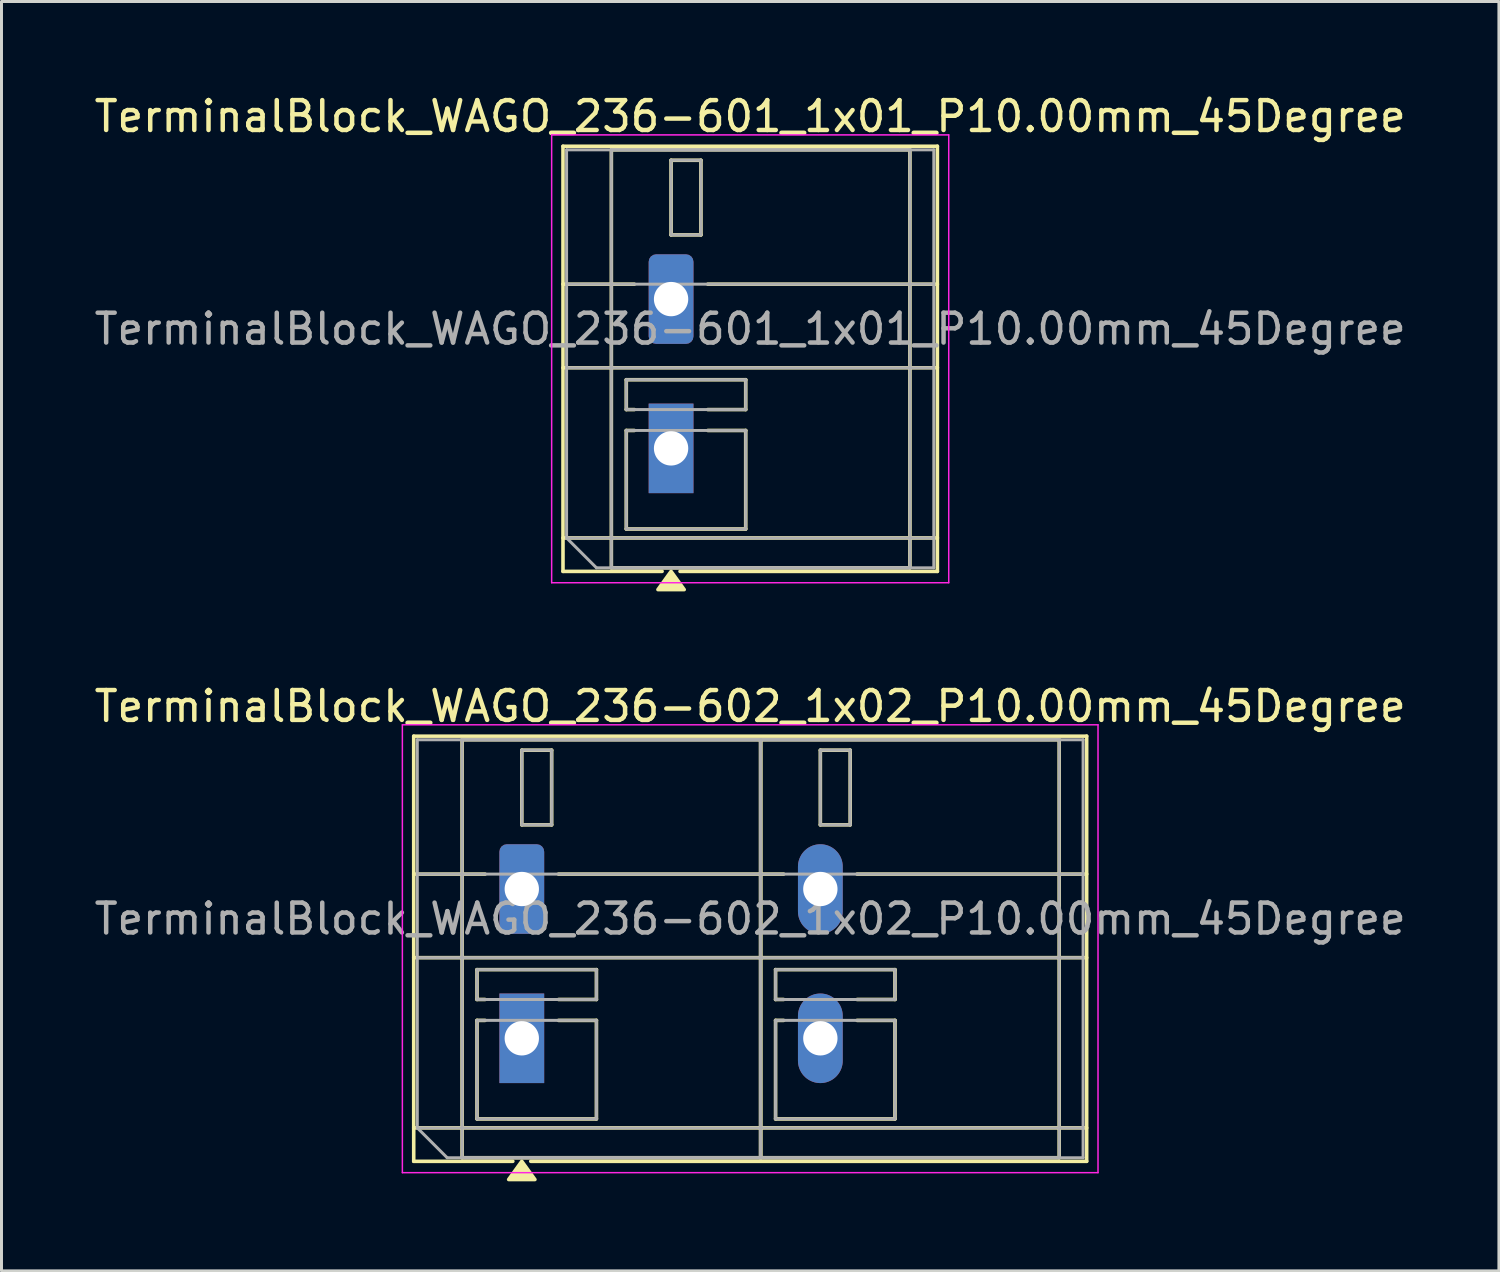
<source format=kicad_pcb>
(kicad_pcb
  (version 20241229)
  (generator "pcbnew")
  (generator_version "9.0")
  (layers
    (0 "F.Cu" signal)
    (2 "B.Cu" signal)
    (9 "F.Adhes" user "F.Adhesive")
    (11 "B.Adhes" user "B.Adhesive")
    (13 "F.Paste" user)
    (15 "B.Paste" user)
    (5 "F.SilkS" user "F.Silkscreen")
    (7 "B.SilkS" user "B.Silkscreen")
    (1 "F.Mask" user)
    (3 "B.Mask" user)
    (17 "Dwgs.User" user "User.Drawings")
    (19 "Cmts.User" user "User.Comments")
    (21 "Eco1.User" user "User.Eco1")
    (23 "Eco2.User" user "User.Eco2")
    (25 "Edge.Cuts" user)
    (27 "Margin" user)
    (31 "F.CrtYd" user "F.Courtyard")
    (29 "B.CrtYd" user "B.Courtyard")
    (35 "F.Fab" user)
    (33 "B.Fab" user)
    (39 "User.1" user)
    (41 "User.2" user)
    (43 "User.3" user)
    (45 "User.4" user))
  (footprint "TerminalBlock_WAGO_236-602_1x02_P10.00mm_45Degree"
    (layer "F.Cu")
    (at 14.427 26.727)
    (property "Reference" "TerminalBlock_WAGO_236-602_1x02_P10.00mm_45Degree" (at 7.65 -6.12 0) (layer "F.SilkS") (effects (font (size 1 1) (thickness 0.15))))
    (attr through_hole)
    (fp_line (start -3.62 -5.12) (end -3.62 9.12) (stroke (width 0.12) (type solid)) (layer "F.SilkS"))
    (fp_line (start -3.62 -5.12) (end 18.92 -5.12) (stroke (width 0.12) (type solid)) (layer "F.SilkS"))
    (fp_line (start -3.62 -0.5) (end -1.23 -0.5) (stroke (width 0.12) (type solid)) (layer "F.SilkS"))
    (fp_line (start -3.62 2.3) (end 18.92 2.3) (stroke (width 0.12) (type solid)) (layer "F.SilkS"))
    (fp_line (start -3.62 8) (end 18.92 8) (stroke (width 0.12) (type solid)) (layer "F.SilkS"))
    (fp_line (start -3.62 9.12) (end -0.3 9.12) (stroke (width 0.12) (type solid)) (layer "F.SilkS"))
    (fp_line (start -2 -5) (end -2 9) (stroke (width 0.12) (type solid)) (layer "F.SilkS"))
    (fp_line (start -2 -5) (end 8 -5) (stroke (width 0.12) (type solid)) (layer "F.SilkS"))
    (fp_line (start -2 9) (end 8 9) (stroke (width 0.12) (type solid)) (layer "F.SilkS"))
    (fp_line (start -1.5 2.7) (end -1.5 3.7) (stroke (width 0.12) (type solid)) (layer "F.SilkS"))
    (fp_line (start -1.5 2.7) (end 2.5 2.7) (stroke (width 0.12) (type solid)) (layer "F.SilkS"))
    (fp_line (start -1.5 3.7) (end -1.23 3.7) (stroke (width 0.12) (type solid)) (layer "F.SilkS"))
    (fp_line (start -1.5 4.4) (end -1.5 7.7) (stroke (width 0.12) (type solid)) (layer "F.SilkS"))
    (fp_line (start -1.5 4.4) (end -1.23 4.4) (stroke (width 0.12) (type solid)) (layer "F.SilkS"))
    (fp_line (start -1.5 7.7) (end 2.5 7.7) (stroke (width 0.12) (type solid)) (layer "F.SilkS"))
    (fp_line (start 0 -4.65) (end 0 -2.15) (stroke (width 0.12) (type solid)) (layer "F.SilkS"))
    (fp_line (start 0 -4.65) (end 1 -4.65) (stroke (width 0.12) (type solid)) (layer "F.SilkS"))
    (fp_line (start 0 -2.15) (end 1 -2.15) (stroke (width 0.12) (type solid)) (layer "F.SilkS"))
    (fp_line (start 0.3 9.12) (end 18.92 9.12) (stroke (width 0.12) (type solid)) (layer "F.SilkS"))
    (fp_line (start 1 -4.65) (end 1 -2.15) (stroke (width 0.12) (type solid)) (layer "F.SilkS"))
    (fp_line (start 1.23 -0.5) (end 8.77 -0.5) (stroke (width 0.12) (type solid)) (layer "F.SilkS"))
    (fp_line (start 1.23 3.7) (end 2.5 3.7) (stroke (width 0.12) (type solid)) (layer "F.SilkS"))
    (fp_line (start 1.23 4.4) (end 2.5 4.4) (stroke (width 0.12) (type solid)) (layer "F.SilkS"))
    (fp_line (start 2.5 2.7) (end 2.5 3.7) (stroke (width 0.12) (type solid)) (layer "F.SilkS"))
    (fp_line (start 2.5 4.4) (end 2.5 7.7) (stroke (width 0.12) (type solid)) (layer "F.SilkS"))
    (fp_line (start 8 -5) (end 8 9) (stroke (width 0.12) (type solid)) (layer "F.SilkS"))
    (fp_line (start 8 -5) (end 8 9) (stroke (width 0.12) (type solid)) (layer "F.SilkS"))
    (fp_line (start 8 -5) (end 18 -5) (stroke (width 0.12) (type solid)) (layer "F.SilkS"))
    (fp_line (start 8 9) (end 18 9) (stroke (width 0.12) (type solid)) (layer "F.SilkS"))
    (fp_line (start 8.5 2.7) (end 8.5 3.7) (stroke (width 0.12) (type solid)) (layer "F.SilkS"))
    (fp_line (start 8.5 2.7) (end 12.5 2.7) (stroke (width 0.12) (type solid)) (layer "F.SilkS"))
    (fp_line (start 8.5 3.7) (end 8.77 3.7) (stroke (width 0.12) (type solid)) (layer "F.SilkS"))
    (fp_line (start 8.5 4.4) (end 8.5 7.7) (stroke (width 0.12) (type solid)) (layer "F.SilkS"))
    (fp_line (start 8.5 4.4) (end 8.77 4.4) (stroke (width 0.12) (type solid)) (layer "F.SilkS"))
    (fp_line (start 8.5 7.7) (end 12.5 7.7) (stroke (width 0.12) (type solid)) (layer "F.SilkS"))
    (fp_line (start 10 -4.65) (end 10 -2.15) (stroke (width 0.12) (type solid)) (layer "F.SilkS"))
    (fp_line (start 10 -4.65) (end 11 -4.65) (stroke (width 0.12) (type solid)) (layer "F.SilkS"))
    (fp_line (start 10 -2.15) (end 11 -2.15) (stroke (width 0.12) (type solid)) (layer "F.SilkS"))
    (fp_line (start 11 -4.65) (end 11 -2.15) (stroke (width 0.12) (type solid)) (layer "F.SilkS"))
    (fp_line (start 11.23 -0.5) (end 18.92 -0.5) (stroke (width 0.12) (type solid)) (layer "F.SilkS"))
    (fp_line (start 11.23 3.7) (end 12.5 3.7) (stroke (width 0.12) (type solid)) (layer "F.SilkS"))
    (fp_line (start 11.23 4.4) (end 12.5 4.4) (stroke (width 0.12) (type solid)) (layer "F.SilkS"))
    (fp_line (start 12.5 2.7) (end 12.5 3.7) (stroke (width 0.12) (type solid)) (layer "F.SilkS"))
    (fp_line (start 12.5 4.4) (end 12.5 7.7) (stroke (width 0.12) (type solid)) (layer "F.SilkS"))
    (fp_line (start 18 -5) (end 18 9) (stroke (width 0.12) (type solid)) (layer "F.SilkS"))
    (fp_line (start 18.92 -5.12) (end 18.92 9.12) (stroke (width 0.12) (type solid)) (layer "F.SilkS"))
    (fp_poly (pts (xy 0 9.12) (xy 0.44 9.73) (xy -0.44 9.73)) (stroke (width 0.12) (type solid)) (fill yes) (layer "F.SilkS"))
    (fp_line (start -4 -5.5) (end -4 9.5) (stroke (width 0.05) (type solid)) (layer "F.CrtYd"))
    (fp_line (start -4 9.5) (end 19.3 9.5) (stroke (width 0.05) (type solid)) (layer "F.CrtYd"))
    (fp_line (start 19.3 -5.5) (end -4 -5.5) (stroke (width 0.05) (type solid)) (layer "F.CrtYd"))
    (fp_line (start 19.3 9.5) (end 19.3 -5.5) (stroke (width 0.05) (type solid)) (layer "F.CrtYd"))
    (fp_line (start -3.5 -5) (end 18.8 -5) (stroke (width 0.1) (type solid)) (layer "F.Fab"))
    (fp_line (start -3.5 -0.5) (end 18.8 -0.5) (stroke (width 0.1) (type solid)) (layer "F.Fab"))
    (fp_line (start -3.5 2.3) (end 18.8 2.3) (stroke (width 0.1) (type solid)) (layer "F.Fab"))
    (fp_line (start -3.5 8) (end -3.5 -5) (stroke (width 0.1) (type solid)) (layer "F.Fab"))
    (fp_line (start -3.5 8) (end 18.8 8) (stroke (width 0.1) (type solid)) (layer "F.Fab"))
    (fp_line (start -2.5 9) (end -3.5 8) (stroke (width 0.1) (type solid)) (layer "F.Fab"))
    (fp_line (start -2 -5) (end -2 9) (stroke (width 0.1) (type solid)) (layer "F.Fab"))
    (fp_line (start -2 9) (end 8 9) (stroke (width 0.1) (type solid)) (layer "F.Fab"))
    (fp_line (start -1.5 2.7) (end -1.5 3.7) (stroke (width 0.1) (type solid)) (layer "F.Fab"))
    (fp_line (start -1.5 3.7) (end 2.5 3.7) (stroke (width 0.1) (type solid)) (layer "F.Fab"))
    (fp_line (start -1.5 4.4) (end -1.5 7.7) (stroke (width 0.1) (type solid)) (layer "F.Fab"))
    (fp_line (start -1.5 7.7) (end 2.5 7.7) (stroke (width 0.1) (type solid)) (layer "F.Fab"))
    (fp_line (start 0 -4.65) (end 0 -2.15) (stroke (width 0.1) (type solid)) (layer "F.Fab"))
    (fp_line (start 0 -2.15) (end 1 -2.15) (stroke (width 0.1) (type solid)) (layer "F.Fab"))
    (fp_line (start 1 -4.65) (end 0 -4.65) (stroke (width 0.1) (type solid)) (layer "F.Fab"))
    (fp_line (start 1 -2.15) (end 1 -4.65) (stroke (width 0.1) (type solid)) (layer "F.Fab"))
    (fp_line (start 2.5 2.7) (end -1.5 2.7) (stroke (width 0.1) (type solid)) (layer "F.Fab"))
    (fp_line (start 2.5 3.7) (end 2.5 2.7) (stroke (width 0.1) (type solid)) (layer "F.Fab"))
    (fp_line (start 2.5 4.4) (end -1.5 4.4) (stroke (width 0.1) (type solid)) (layer "F.Fab"))
    (fp_line (start 2.5 7.7) (end 2.5 4.4) (stroke (width 0.1) (type solid)) (layer "F.Fab"))
    (fp_line (start 8 -5) (end -2 -5) (stroke (width 0.1) (type solid)) (layer "F.Fab"))
    (fp_line (start 8 -5) (end 8 9) (stroke (width 0.1) (type solid)) (layer "F.Fab"))
    (fp_line (start 8 9) (end 8 -5) (stroke (width 0.1) (type solid)) (layer "F.Fab"))
    (fp_line (start 8 9) (end 18 9) (stroke (width 0.1) (type solid)) (layer "F.Fab"))
    (fp_line (start 8.5 2.7) (end 8.5 3.7) (stroke (width 0.1) (type solid)) (layer "F.Fab"))
    (fp_line (start 8.5 3.7) (end 12.5 3.7) (stroke (width 0.1) (type solid)) (layer "F.Fab"))
    (fp_line (start 8.5 4.4) (end 8.5 7.7) (stroke (width 0.1) (type solid)) (layer "F.Fab"))
    (fp_line (start 8.5 7.7) (end 12.5 7.7) (stroke (width 0.1) (type solid)) (layer "F.Fab"))
    (fp_line (start 10 -4.65) (end 10 -2.15) (stroke (width 0.1) (type solid)) (layer "F.Fab"))
    (fp_line (start 10 -2.15) (end 11 -2.15) (stroke (width 0.1) (type solid)) (layer "F.Fab"))
    (fp_line (start 11 -4.65) (end 10 -4.65) (stroke (width 0.1) (type solid)) (layer "F.Fab"))
    (fp_line (start 11 -2.15) (end 11 -4.65) (stroke (width 0.1) (type solid)) (layer "F.Fab"))
    (fp_line (start 12.5 2.7) (end 8.5 2.7) (stroke (width 0.1) (type solid)) (layer "F.Fab"))
    (fp_line (start 12.5 3.7) (end 12.5 2.7) (stroke (width 0.1) (type solid)) (layer "F.Fab"))
    (fp_line (start 12.5 4.4) (end 8.5 4.4) (stroke (width 0.1) (type solid)) (layer "F.Fab"))
    (fp_line (start 12.5 7.7) (end 12.5 4.4) (stroke (width 0.1) (type solid)) (layer "F.Fab"))
    (fp_line (start 18 -5) (end 8 -5) (stroke (width 0.1) (type solid)) (layer "F.Fab"))
    (fp_line (start 18 9) (end 18 -5) (stroke (width 0.1) (type solid)) (layer "F.Fab"))
    (fp_line (start 18.8 -5) (end 18.8 9) (stroke (width 0.1) (type solid)) (layer "F.Fab"))
    (fp_line (start 18.8 9) (end -2.5 9) (stroke (width 0.1) (type solid)) (layer "F.Fab"))
    (fp_text user "${REFERENCE}" (at 7.65 1 0) (layer "F.Fab") (effects (font (size 1 1) (thickness 0.15))))
    (pad "1" thru_hole roundrect (at 0 0) (size 1.5 3) (drill 1.15) (layers "*.Cu" "*.Mask") (roundrect_rratio 0.167))
    (pad "1" thru_hole rect (at 0 5) (size 1.5 3) (drill 1.15) (layers "*.Cu" "*.Mask"))
    (pad "2" thru_hole oval (at 10 0) (size 1.5 3) (drill 1.15) (layers "*.Cu" "*.Mask"))
    (pad "2" thru_hole oval (at 10 5) (size 1.5 3) (drill 1.15) (layers "*.Cu" "*.Mask")))
  (footprint "TerminalBlock_WAGO_236-601_1x01_P10.00mm_45Degree"
    (layer "F.Cu")
    (at 19.427 6.968)
    (property "Reference" "TerminalBlock_WAGO_236-601_1x01_P10.00mm_45Degree" (at 2.65 -6.12 0) (layer "F.SilkS") (effects (font (size 1 1) (thickness 0.15))))
    (attr through_hole)
    (fp_line (start -3.62 -5.12) (end -3.62 9.12) (stroke (width 0.12) (type solid)) (layer "F.SilkS"))
    (fp_line (start -3.62 -5.12) (end 8.92 -5.12) (stroke (width 0.12) (type solid)) (layer "F.SilkS"))
    (fp_line (start -3.62 -0.5) (end -1.23 -0.5) (stroke (width 0.12) (type solid)) (layer "F.SilkS"))
    (fp_line (start -3.62 2.3) (end 8.92 2.3) (stroke (width 0.12) (type solid)) (layer "F.SilkS"))
    (fp_line (start -3.62 8) (end 8.92 8) (stroke (width 0.12) (type solid)) (layer "F.SilkS"))
    (fp_line (start -3.62 9.12) (end -0.3 9.12) (stroke (width 0.12) (type solid)) (layer "F.SilkS"))
    (fp_line (start -2 -5) (end -2 9) (stroke (width 0.12) (type solid)) (layer "F.SilkS"))
    (fp_line (start -2 -5) (end 8 -5) (stroke (width 0.12) (type solid)) (layer "F.SilkS"))
    (fp_line (start -2 9) (end 8 9) (stroke (width 0.12) (type solid)) (layer "F.SilkS"))
    (fp_line (start -1.5 2.7) (end -1.5 3.7) (stroke (width 0.12) (type solid)) (layer "F.SilkS"))
    (fp_line (start -1.5 2.7) (end 2.5 2.7) (stroke (width 0.12) (type solid)) (layer "F.SilkS"))
    (fp_line (start -1.5 3.7) (end -1.23 3.7) (stroke (width 0.12) (type solid)) (layer "F.SilkS"))
    (fp_line (start -1.5 4.4) (end -1.5 7.7) (stroke (width 0.12) (type solid)) (layer "F.SilkS"))
    (fp_line (start -1.5 4.4) (end -1.23 4.4) (stroke (width 0.12) (type solid)) (layer "F.SilkS"))
    (fp_line (start -1.5 7.7) (end 2.5 7.7) (stroke (width 0.12) (type solid)) (layer "F.SilkS"))
    (fp_line (start 0 -4.65) (end 0 -2.15) (stroke (width 0.12) (type solid)) (layer "F.SilkS"))
    (fp_line (start 0 -4.65) (end 1 -4.65) (stroke (width 0.12) (type solid)) (layer "F.SilkS"))
    (fp_line (start 0 -2.15) (end 1 -2.15) (stroke (width 0.12) (type solid)) (layer "F.SilkS"))
    (fp_line (start 0.3 9.12) (end 8.92 9.12) (stroke (width 0.12) (type solid)) (layer "F.SilkS"))
    (fp_line (start 1 -4.65) (end 1 -2.15) (stroke (width 0.12) (type solid)) (layer "F.SilkS"))
    (fp_line (start 1.23 -0.5) (end 8.92 -0.5) (stroke (width 0.12) (type solid)) (layer "F.SilkS"))
    (fp_line (start 1.23 3.7) (end 2.5 3.7) (stroke (width 0.12) (type solid)) (layer "F.SilkS"))
    (fp_line (start 1.23 4.4) (end 2.5 4.4) (stroke (width 0.12) (type solid)) (layer "F.SilkS"))
    (fp_line (start 2.5 2.7) (end 2.5 3.7) (stroke (width 0.12) (type solid)) (layer "F.SilkS"))
    (fp_line (start 2.5 4.4) (end 2.5 7.7) (stroke (width 0.12) (type solid)) (layer "F.SilkS"))
    (fp_line (start 8 -5) (end 8 9) (stroke (width 0.12) (type solid)) (layer "F.SilkS"))
    (fp_line (start 8.92 -5.12) (end 8.92 9.12) (stroke (width 0.12) (type solid)) (layer "F.SilkS"))
    (fp_poly (pts (xy 0 9.12) (xy 0.44 9.73) (xy -0.44 9.73)) (stroke (width 0.12) (type solid)) (fill yes) (layer "F.SilkS"))
    (fp_line (start -4 -5.5) (end -4 9.5) (stroke (width 0.05) (type solid)) (layer "F.CrtYd"))
    (fp_line (start -4 9.5) (end 9.3 9.5) (stroke (width 0.05) (type solid)) (layer "F.CrtYd"))
    (fp_line (start 9.3 -5.5) (end -4 -5.5) (stroke (width 0.05) (type solid)) (layer "F.CrtYd"))
    (fp_line (start 9.3 9.5) (end 9.3 -5.5) (stroke (width 0.05) (type solid)) (layer "F.CrtYd"))
    (fp_line (start -3.5 -5) (end 8.8 -5) (stroke (width 0.1) (type solid)) (layer "F.Fab"))
    (fp_line (start -3.5 -0.5) (end 8.8 -0.5) (stroke (width 0.1) (type solid)) (layer "F.Fab"))
    (fp_line (start -3.5 2.3) (end 8.8 2.3) (stroke (width 0.1) (type solid)) (layer "F.Fab"))
    (fp_line (start -3.5 8) (end -3.5 -5) (stroke (width 0.1) (type solid)) (layer "F.Fab"))
    (fp_line (start -3.5 8) (end 8.8 8) (stroke (width 0.1) (type solid)) (layer "F.Fab"))
    (fp_line (start -2.5 9) (end -3.5 8) (stroke (width 0.1) (type solid)) (layer "F.Fab"))
    (fp_line (start -2 -5) (end -2 9) (stroke (width 0.1) (type solid)) (layer "F.Fab"))
    (fp_line (start -2 9) (end 8 9) (stroke (width 0.1) (type solid)) (layer "F.Fab"))
    (fp_line (start -1.5 2.7) (end -1.5 3.7) (stroke (width 0.1) (type solid)) (layer "F.Fab"))
    (fp_line (start -1.5 3.7) (end 2.5 3.7) (stroke (width 0.1) (type solid)) (layer "F.Fab"))
    (fp_line (start -1.5 4.4) (end -1.5 7.7) (stroke (width 0.1) (type solid)) (layer "F.Fab"))
    (fp_line (start -1.5 7.7) (end 2.5 7.7) (stroke (width 0.1) (type solid)) (layer "F.Fab"))
    (fp_line (start 0 -4.65) (end 0 -2.15) (stroke (width 0.1) (type solid)) (layer "F.Fab"))
    (fp_line (start 0 -2.15) (end 1 -2.15) (stroke (width 0.1) (type solid)) (layer "F.Fab"))
    (fp_line (start 1 -4.65) (end 0 -4.65) (stroke (width 0.1) (type solid)) (layer "F.Fab"))
    (fp_line (start 1 -2.15) (end 1 -4.65) (stroke (width 0.1) (type solid)) (layer "F.Fab"))
    (fp_line (start 2.5 2.7) (end -1.5 2.7) (stroke (width 0.1) (type solid)) (layer "F.Fab"))
    (fp_line (start 2.5 3.7) (end 2.5 2.7) (stroke (width 0.1) (type solid)) (layer "F.Fab"))
    (fp_line (start 2.5 4.4) (end -1.5 4.4) (stroke (width 0.1) (type solid)) (layer "F.Fab"))
    (fp_line (start 2.5 7.7) (end 2.5 4.4) (stroke (width 0.1) (type solid)) (layer "F.Fab"))
    (fp_line (start 8 -5) (end -2 -5) (stroke (width 0.1) (type solid)) (layer "F.Fab"))
    (fp_line (start 8 9) (end 8 -5) (stroke (width 0.1) (type solid)) (layer "F.Fab"))
    (fp_line (start 8.8 -5) (end 8.8 9) (stroke (width 0.1) (type solid)) (layer "F.Fab"))
    (fp_line (start 8.8 9) (end -2.5 9) (stroke (width 0.1) (type solid)) (layer "F.Fab"))
    (fp_text user "${REFERENCE}" (at 2.65 1 0) (layer "F.Fab") (effects (font (size 1 1) (thickness 0.15))))
    (pad "1" thru_hole roundrect (at 0 0) (size 1.5 3) (drill 1.15) (layers "*.Cu" "*.Mask") (roundrect_rratio 0.167))
    (pad "1" thru_hole rect (at 0 5) (size 1.5 3) (drill 1.15) (layers "*.Cu" "*.Mask")))
  (gr_rect
    (start -3 -3)
    (end 47.155 39.517)
    (stroke (width 0.1) (type default))
    (fill no)
    (layer "Edge.Cuts")))
</source>
